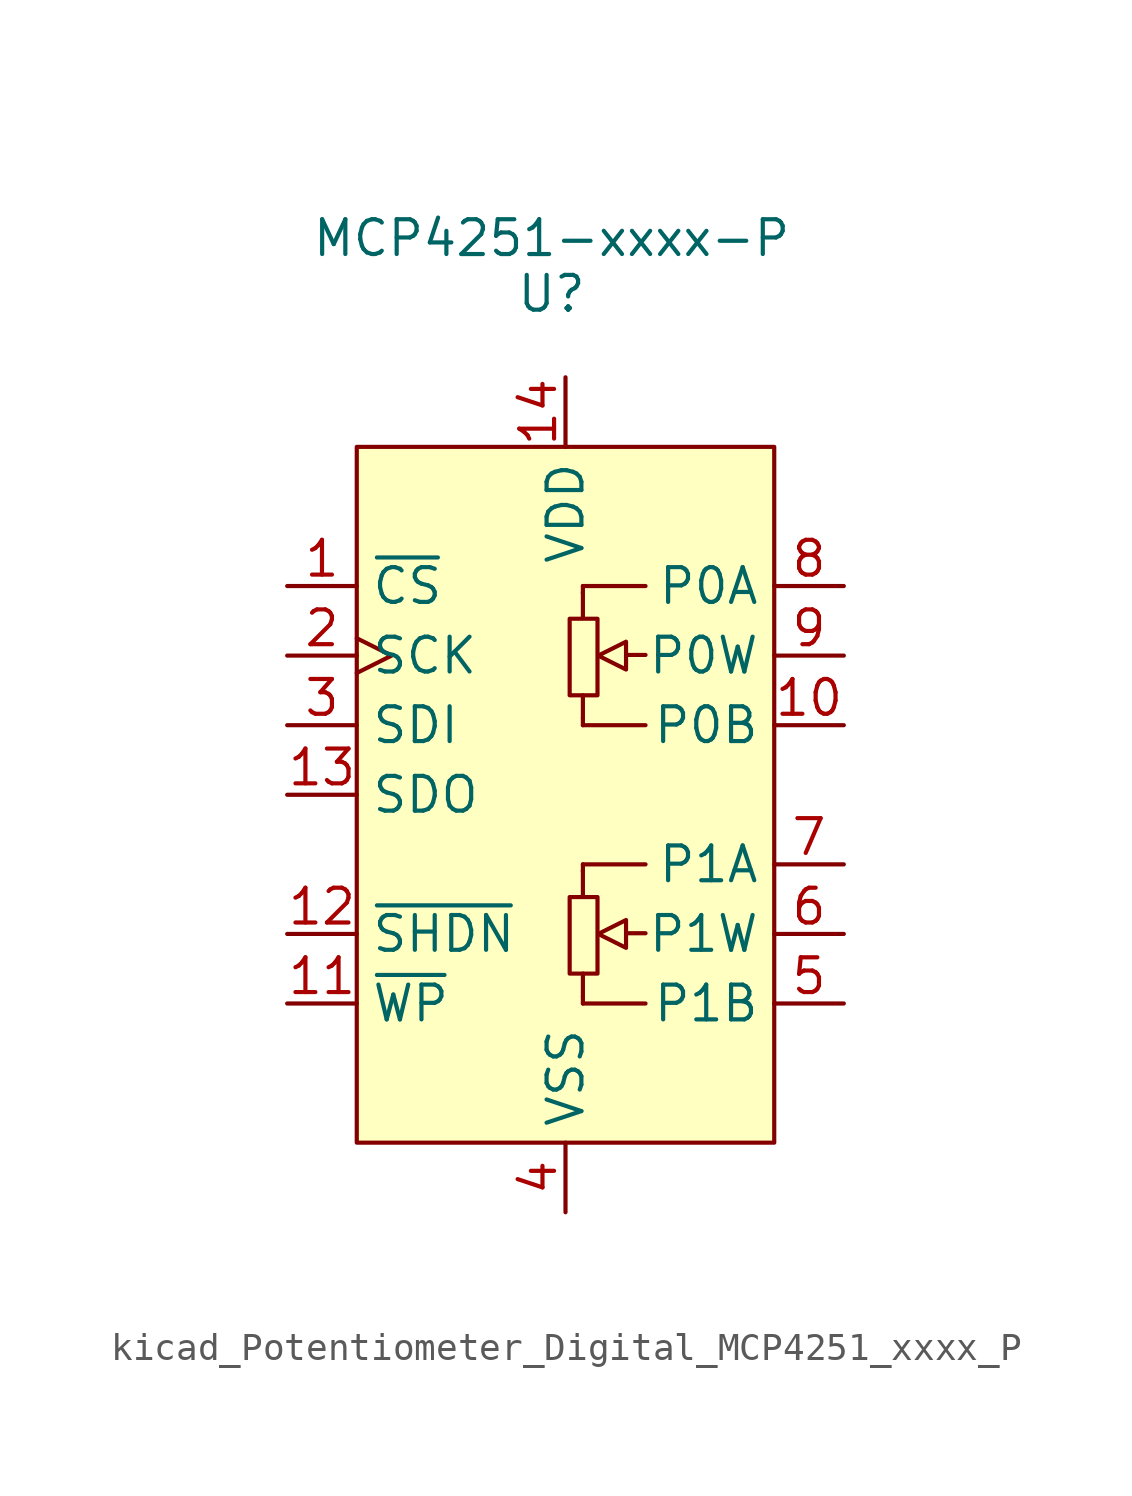
<source format=kicad_sym>
(kicad_symbol_lib
  (version 20220914)
  (generator kicad_symbol_editor)
  (symbol "kicad_Potentiometer_Digital_MCP4251_xxxx_P"
    (property "Reference" "U"
      (at -0.508 18.288 0)
      (effects (font (size 1.27 1.27))))
    (property "Value" "MCP4251-xxxx-P"
      (at -0.508 20.32 0)
      (effects (font (size 1.27 1.27))))
    (symbol "kicad_Potentiometer_Digital_MCP4251_xxxx_P_0_1"
      (polyline (pts (xy 0 12.7) (xy 7.62 12.7) (xy 7.62 0) (xy 7.62 -12.7) (xy -7.62 -12.7) (xy -7.62 12.7) (xy 0 12.7)) (stroke (width 0) (type default)) (fill (type background))))
    (symbol "kicad_Potentiometer_Digital_MCP4251_xxxx_P_1_1"
      (polyline (pts (xy 0.635 -7.366) (xy 0.635 -6.528)) (stroke (width 0) (type default)) (fill (type none)))
      (polyline (pts (xy 0.635 -2.769) (xy 0.635 -3.708)) (stroke (width 0) (type default)) (fill (type none)))
      (polyline (pts (xy 0.635 2.794) (xy 0.635 3.632)) (stroke (width 0) (type default)) (fill (type none)))
      (polyline (pts (xy 0.635 7.391) (xy 0.635 6.452)) (stroke (width 0) (type default)) (fill (type none)))
      (polyline (pts (xy 2.21 -5.055) (xy 2.921 -5.055)) (stroke (width 0) (type default)) (fill (type none)))
      (polyline (pts (xy 2.21 5.105) (xy 2.921 5.105)) (stroke (width 0) (type default)) (fill (type none)))
      (polyline (pts (xy 0.635 -7.62) (xy 0.635 -7.366) (xy 0.635 -7.366)) (stroke (width 0) (type default)) (fill (type background)))
      (polyline (pts (xy 0.635 -7.62) (xy 2.921 -7.62) (xy 2.921 -7.62)) (stroke (width 0) (type default)) (fill (type background)))
      (polyline (pts (xy 0.635 -2.54) (xy 0.635 -2.794) (xy 0.635 -2.794)) (stroke (width 0) (type default)) (fill (type none)))
      (polyline (pts (xy 0.635 -2.54) (xy 2.921 -2.54) (xy 2.921 -2.54)) (stroke (width 0) (type default)) (fill (type background)))
      (polyline (pts (xy 0.635 2.54) (xy 0.635 2.794) (xy 0.635 2.794)) (stroke (width 0) (type default)) (fill (type background)))
      (polyline (pts (xy 0.635 2.54) (xy 2.921 2.54) (xy 2.921 2.54)) (stroke (width 0) (type default)) (fill (type background)))
      (polyline (pts (xy 0.635 7.62) (xy 0.635 7.366) (xy 0.635 7.366)) (stroke (width 0) (type default)) (fill (type none)))
      (polyline (pts (xy 0.635 7.62) (xy 2.921 7.62) (xy 2.921 7.62)) (stroke (width 0) (type default)) (fill (type background)))
      (polyline (pts (xy 2.21 -4.572) (xy 2.21 -5.588) (xy 1.194 -5.08) (xy 2.21 -4.572) (xy 2.21 -4.572)) (stroke (width 0) (type default)) (fill (type background)))
      (polyline (pts (xy 2.21 5.588) (xy 2.21 4.572) (xy 1.194 5.08) (xy 2.21 5.588) (xy 2.21 5.588)) (stroke (width 0) (type default)) (fill (type background)))
      (rectangle (start 0.152 -3.734) (end 1.168 -6.528) (stroke (width 0) (type default)) (fill (type none)))
      (rectangle (start 0.152 6.426) (end 1.168 3.632) (stroke (width 0) (type default)) (fill (type none)))
      (pin input line (at -10.16 7.62 0) (length 2.54) (name "~{CS}" (effects (font (size 1.27 1.27)))) (number "1" (effects (font (size 1.27 1.27)))))
      (pin passive line (at 10.16 2.54 180) (length 2.54) (name "P0B" (effects (font (size 1.27 1.27)))) (number "10" (effects (font (size 1.27 1.27)))))
      (pin input line (at -10.16 -7.62 0) (length 2.54) (name "~{WP}" (effects (font (size 1.27 1.27)))) (number "11" (effects (font (size 1.27 1.27)))))
      (pin input line (at -10.16 -5.08 0) (length 2.54) (name "~{SHDN}" (effects (font (size 1.27 1.27)))) (number "12" (effects (font (size 1.27 1.27)))))
      (pin output line (at -10.16 0 0) (length 2.54) (name "SDO" (effects (font (size 1.27 1.27)))) (number "13" (effects (font (size 1.27 1.27)))))
      (pin power_in line (at 0 15.24 270) (length 2.54) (name "VDD" (effects (font (size 1.27 1.27)))) (number "14" (effects (font (size 1.27 1.27)))))
      (pin input clock (at -10.16 5.08 0) (length 2.54) (name "SCK" (effects (font (size 1.27 1.27)))) (number "2" (effects (font (size 1.27 1.27)))))
      (pin input line (at -10.16 2.54 0) (length 2.54) (name "SDI" (effects (font (size 1.27 1.27)))) (number "3" (effects (font (size 1.27 1.27)))))
      (pin power_in line (at 0 -15.24 90) (length 2.54) (name "VSS" (effects (font (size 1.27 1.27)))) (number "4" (effects (font (size 1.27 1.27)))))
      (pin passive line (at 10.16 -7.62 180) (length 2.54) (name "P1B" (effects (font (size 1.27 1.27)))) (number "5" (effects (font (size 1.27 1.27)))))
      (pin passive line (at 10.16 -5.08 180) (length 2.54) (name "P1W" (effects (font (size 1.27 1.27)))) (number "6" (effects (font (size 1.27 1.27)))))
      (pin passive line (at 10.16 -2.54 180) (length 2.54) (name "P1A" (effects (font (size 1.27 1.27)))) (number "7" (effects (font (size 1.27 1.27)))))
      (pin passive line (at 10.16 7.62 180) (length 2.54) (name "P0A" (effects (font (size 1.27 1.27)))) (number "8" (effects (font (size 1.27 1.27)))))
      (pin passive line (at 10.16 5.08 180) (length 2.54) (name "P0W" (effects (font (size 1.27 1.27)))) (number "9" (effects (font (size 1.27 1.27))))))))
</source>
